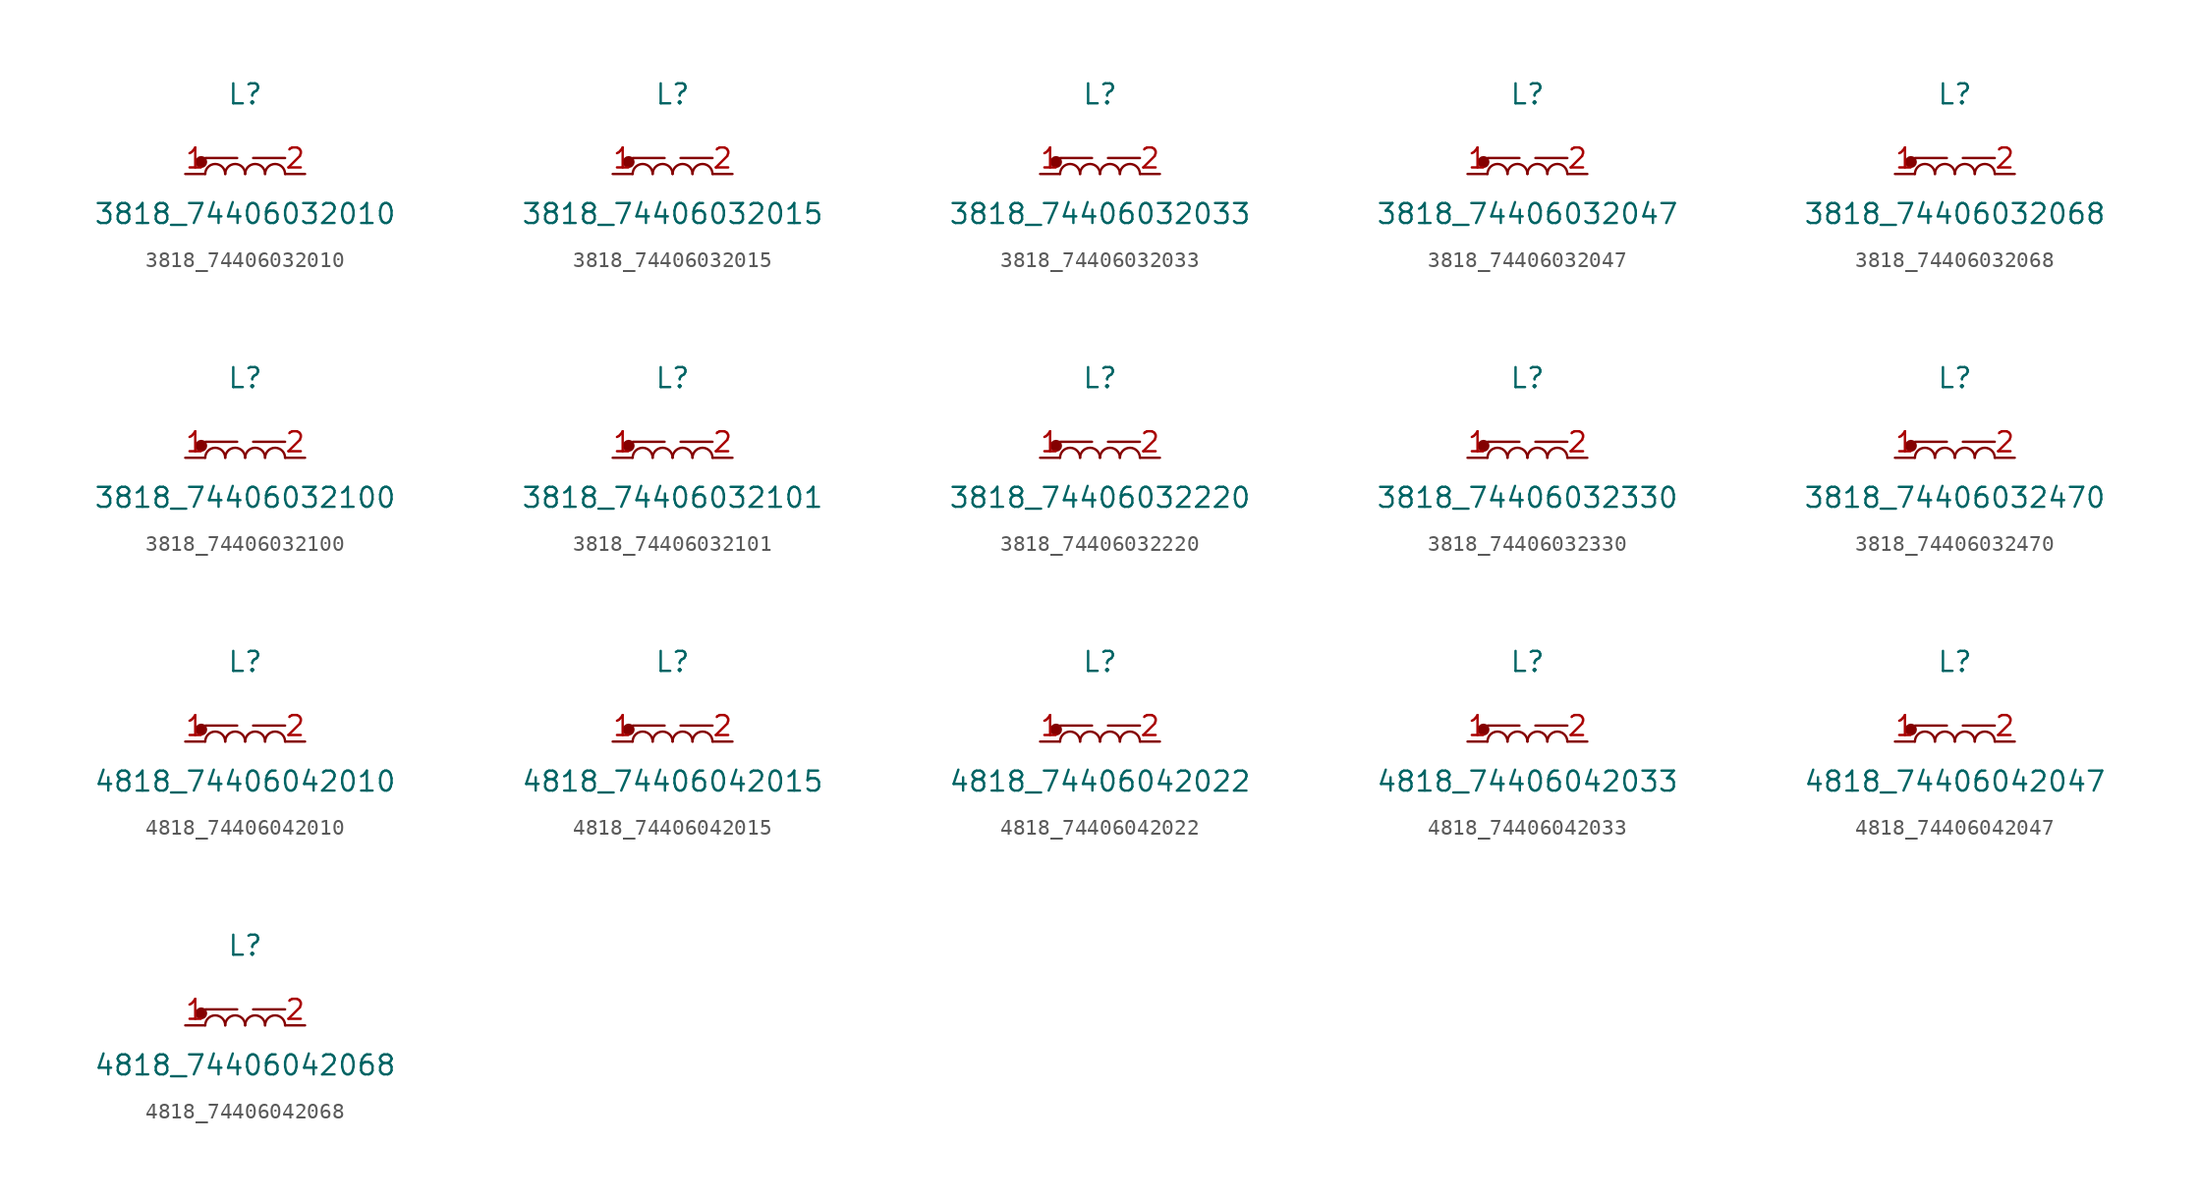
<source format=kicad_sym>
(kicad_symbol_lib
  (version 20220914)
  (generator kicad_symbol_editor)
  (symbol "3818_74406032010"
    (pin_names hide)
    (property "Reference" "L"
      (at 0 5.08 0)
      (effects (font (size 1.27 1.27))))
    (property "Value" "3818_74406032010"
      (at 0 -2.54 0)
      (effects (font (size 1.27 1.27))))
    (symbol "3818_74406032010_0_1"
      (arc (start -1.27 0) (mid -1.905 0.6323) (end -2.54 0) (stroke (width 0) (type default)) (fill (type none)))
      (arc (start 0 0) (mid -0.635 0.6323) (end -1.27 0) (stroke (width 0) (type default)) (fill (type none)))
      (polyline (pts (xy -2.54 1.016) (xy -0.508 1.016)) (stroke (width 0) (type default)) (fill (type none)))
      (arc (start 1.27 0) (mid 0.635 0.6323) (end 0 0) (stroke (width 0) (type default)) (fill (type none)))
      (arc (start 2.54 0) (mid 1.905 0.6323) (end 1.27 0) (stroke (width 0) (type default)) (fill (type none))))
    (symbol "3818_74406032010_1_1"
      (circle (center -2.794 0.762) (radius 0.0001) (stroke (width 0.381) (type default)) (fill (type none)))
      (polyline (pts (xy 2.54 1.016) (xy 0.508 1.016)) (stroke (width 0) (type default)) (fill (type none)))
      (pin passive line (at -3.81 0 0) (length 1.27) (name "1" (effects (font (size 1.27 1.27)))) (number "1" (effects (font (size 1.27 1.27)))))
      (pin passive line (at 3.81 0 180) (length 1.27) (name "2" (effects (font (size 1.27 1.27)))) (number "2" (effects (font (size 1.27 1.27)))))))
  (symbol "3818_74406032015"
    (pin_names hide)
    (property "Reference" "L"
      (at 0 5.08 0)
      (effects (font (size 1.27 1.27))))
    (property "Value" "3818_74406032015"
      (at 0 -2.54 0)
      (effects (font (size 1.27 1.27))))
    (symbol "3818_74406032015_0_1"
      (arc (start -1.27 0) (mid -1.905 0.6323) (end -2.54 0) (stroke (width 0) (type default)) (fill (type none)))
      (arc (start 0 0) (mid -0.635 0.6323) (end -1.27 0) (stroke (width 0) (type default)) (fill (type none)))
      (polyline (pts (xy -2.54 1.016) (xy -0.508 1.016)) (stroke (width 0) (type default)) (fill (type none)))
      (arc (start 1.27 0) (mid 0.635 0.6323) (end 0 0) (stroke (width 0) (type default)) (fill (type none)))
      (arc (start 2.54 0) (mid 1.905 0.6323) (end 1.27 0) (stroke (width 0) (type default)) (fill (type none))))
    (symbol "3818_74406032015_1_1"
      (circle (center -2.794 0.762) (radius 0.0001) (stroke (width 0.381) (type default)) (fill (type none)))
      (polyline (pts (xy 2.54 1.016) (xy 0.508 1.016)) (stroke (width 0) (type default)) (fill (type none)))
      (pin passive line (at -3.81 0 0) (length 1.27) (name "1" (effects (font (size 1.27 1.27)))) (number "1" (effects (font (size 1.27 1.27)))))
      (pin passive line (at 3.81 0 180) (length 1.27) (name "2" (effects (font (size 1.27 1.27)))) (number "2" (effects (font (size 1.27 1.27)))))))
  (symbol "3818_74406032033"
    (pin_names hide)
    (property "Reference" "L"
      (at 0 5.08 0)
      (effects (font (size 1.27 1.27))))
    (property "Value" "3818_74406032033"
      (at 0 -2.54 0)
      (effects (font (size 1.27 1.27))))
    (symbol "3818_74406032033_0_1"
      (arc (start -1.27 0) (mid -1.905 0.6323) (end -2.54 0) (stroke (width 0) (type default)) (fill (type none)))
      (arc (start 0 0) (mid -0.635 0.6323) (end -1.27 0) (stroke (width 0) (type default)) (fill (type none)))
      (polyline (pts (xy -2.54 1.016) (xy -0.508 1.016)) (stroke (width 0) (type default)) (fill (type none)))
      (arc (start 1.27 0) (mid 0.635 0.6323) (end 0 0) (stroke (width 0) (type default)) (fill (type none)))
      (arc (start 2.54 0) (mid 1.905 0.6323) (end 1.27 0) (stroke (width 0) (type default)) (fill (type none))))
    (symbol "3818_74406032033_1_1"
      (circle (center -2.794 0.762) (radius 0.0001) (stroke (width 0.381) (type default)) (fill (type none)))
      (polyline (pts (xy 2.54 1.016) (xy 0.508 1.016)) (stroke (width 0) (type default)) (fill (type none)))
      (pin passive line (at -3.81 0 0) (length 1.27) (name "1" (effects (font (size 1.27 1.27)))) (number "1" (effects (font (size 1.27 1.27)))))
      (pin passive line (at 3.81 0 180) (length 1.27) (name "2" (effects (font (size 1.27 1.27)))) (number "2" (effects (font (size 1.27 1.27)))))))
  (symbol "3818_74406032047"
    (pin_names hide)
    (property "Reference" "L"
      (at 0 5.08 0)
      (effects (font (size 1.27 1.27))))
    (property "Value" "3818_74406032047"
      (at 0 -2.54 0)
      (effects (font (size 1.27 1.27))))
    (symbol "3818_74406032047_0_1"
      (arc (start -1.27 0) (mid -1.905 0.6323) (end -2.54 0) (stroke (width 0) (type default)) (fill (type none)))
      (arc (start 0 0) (mid -0.635 0.6323) (end -1.27 0) (stroke (width 0) (type default)) (fill (type none)))
      (polyline (pts (xy -2.54 1.016) (xy -0.508 1.016)) (stroke (width 0) (type default)) (fill (type none)))
      (arc (start 1.27 0) (mid 0.635 0.6323) (end 0 0) (stroke (width 0) (type default)) (fill (type none)))
      (arc (start 2.54 0) (mid 1.905 0.6323) (end 1.27 0) (stroke (width 0) (type default)) (fill (type none))))
    (symbol "3818_74406032047_1_1"
      (circle (center -2.794 0.762) (radius 0.0001) (stroke (width 0.381) (type default)) (fill (type none)))
      (polyline (pts (xy 2.54 1.016) (xy 0.508 1.016)) (stroke (width 0) (type default)) (fill (type none)))
      (pin passive line (at -3.81 0 0) (length 1.27) (name "1" (effects (font (size 1.27 1.27)))) (number "1" (effects (font (size 1.27 1.27)))))
      (pin passive line (at 3.81 0 180) (length 1.27) (name "2" (effects (font (size 1.27 1.27)))) (number "2" (effects (font (size 1.27 1.27)))))))
  (symbol "3818_74406032068"
    (pin_names hide)
    (property "Reference" "L"
      (at 0 5.08 0)
      (effects (font (size 1.27 1.27))))
    (property "Value" "3818_74406032068"
      (at 0 -2.54 0)
      (effects (font (size 1.27 1.27))))
    (symbol "3818_74406032068_0_1"
      (arc (start -1.27 0) (mid -1.905 0.6323) (end -2.54 0) (stroke (width 0) (type default)) (fill (type none)))
      (arc (start 0 0) (mid -0.635 0.6323) (end -1.27 0) (stroke (width 0) (type default)) (fill (type none)))
      (polyline (pts (xy -2.54 1.016) (xy -0.508 1.016)) (stroke (width 0) (type default)) (fill (type none)))
      (arc (start 1.27 0) (mid 0.635 0.6323) (end 0 0) (stroke (width 0) (type default)) (fill (type none)))
      (arc (start 2.54 0) (mid 1.905 0.6323) (end 1.27 0) (stroke (width 0) (type default)) (fill (type none))))
    (symbol "3818_74406032068_1_1"
      (circle (center -2.794 0.762) (radius 0.0001) (stroke (width 0.381) (type default)) (fill (type none)))
      (polyline (pts (xy 2.54 1.016) (xy 0.508 1.016)) (stroke (width 0) (type default)) (fill (type none)))
      (pin passive line (at -3.81 0 0) (length 1.27) (name "1" (effects (font (size 1.27 1.27)))) (number "1" (effects (font (size 1.27 1.27)))))
      (pin passive line (at 3.81 0 180) (length 1.27) (name "2" (effects (font (size 1.27 1.27)))) (number "2" (effects (font (size 1.27 1.27)))))))
  (symbol "3818_74406032100"
    (pin_names hide)
    (property "Reference" "L"
      (at 0 5.08 0)
      (effects (font (size 1.27 1.27))))
    (property "Value" "3818_74406032100"
      (at 0 -2.54 0)
      (effects (font (size 1.27 1.27))))
    (symbol "3818_74406032100_0_1"
      (arc (start -1.27 0) (mid -1.905 0.6323) (end -2.54 0) (stroke (width 0) (type default)) (fill (type none)))
      (arc (start 0 0) (mid -0.635 0.6323) (end -1.27 0) (stroke (width 0) (type default)) (fill (type none)))
      (polyline (pts (xy -2.54 1.016) (xy -0.508 1.016)) (stroke (width 0) (type default)) (fill (type none)))
      (arc (start 1.27 0) (mid 0.635 0.6323) (end 0 0) (stroke (width 0) (type default)) (fill (type none)))
      (arc (start 2.54 0) (mid 1.905 0.6323) (end 1.27 0) (stroke (width 0) (type default)) (fill (type none))))
    (symbol "3818_74406032100_1_1"
      (circle (center -2.794 0.762) (radius 0.0001) (stroke (width 0.381) (type default)) (fill (type none)))
      (polyline (pts (xy 2.54 1.016) (xy 0.508 1.016)) (stroke (width 0) (type default)) (fill (type none)))
      (pin passive line (at -3.81 0 0) (length 1.27) (name "1" (effects (font (size 1.27 1.27)))) (number "1" (effects (font (size 1.27 1.27)))))
      (pin passive line (at 3.81 0 180) (length 1.27) (name "2" (effects (font (size 1.27 1.27)))) (number "2" (effects (font (size 1.27 1.27)))))))
  (symbol "3818_74406032101"
    (pin_names hide)
    (property "Reference" "L"
      (at 0 5.08 0)
      (effects (font (size 1.27 1.27))))
    (property "Value" "3818_74406032101"
      (at 0 -2.54 0)
      (effects (font (size 1.27 1.27))))
    (symbol "3818_74406032101_0_1"
      (arc (start -1.27 0) (mid -1.905 0.6323) (end -2.54 0) (stroke (width 0) (type default)) (fill (type none)))
      (arc (start 0 0) (mid -0.635 0.6323) (end -1.27 0) (stroke (width 0) (type default)) (fill (type none)))
      (polyline (pts (xy -2.54 1.016) (xy -0.508 1.016)) (stroke (width 0) (type default)) (fill (type none)))
      (arc (start 1.27 0) (mid 0.635 0.6323) (end 0 0) (stroke (width 0) (type default)) (fill (type none)))
      (arc (start 2.54 0) (mid 1.905 0.6323) (end 1.27 0) (stroke (width 0) (type default)) (fill (type none))))
    (symbol "3818_74406032101_1_1"
      (circle (center -2.794 0.762) (radius 0.0001) (stroke (width 0.381) (type default)) (fill (type none)))
      (polyline (pts (xy 2.54 1.016) (xy 0.508 1.016)) (stroke (width 0) (type default)) (fill (type none)))
      (pin passive line (at -3.81 0 0) (length 1.27) (name "1" (effects (font (size 1.27 1.27)))) (number "1" (effects (font (size 1.27 1.27)))))
      (pin passive line (at 3.81 0 180) (length 1.27) (name "2" (effects (font (size 1.27 1.27)))) (number "2" (effects (font (size 1.27 1.27)))))))
  (symbol "3818_74406032220"
    (pin_names hide)
    (property "Reference" "L"
      (at 0 5.08 0)
      (effects (font (size 1.27 1.27))))
    (property "Value" "3818_74406032220"
      (at 0 -2.54 0)
      (effects (font (size 1.27 1.27))))
    (symbol "3818_74406032220_0_1"
      (arc (start -1.27 0) (mid -1.905 0.6323) (end -2.54 0) (stroke (width 0) (type default)) (fill (type none)))
      (arc (start 0 0) (mid -0.635 0.6323) (end -1.27 0) (stroke (width 0) (type default)) (fill (type none)))
      (polyline (pts (xy -2.54 1.016) (xy -0.508 1.016)) (stroke (width 0) (type default)) (fill (type none)))
      (arc (start 1.27 0) (mid 0.635 0.6323) (end 0 0) (stroke (width 0) (type default)) (fill (type none)))
      (arc (start 2.54 0) (mid 1.905 0.6323) (end 1.27 0) (stroke (width 0) (type default)) (fill (type none))))
    (symbol "3818_74406032220_1_1"
      (circle (center -2.794 0.762) (radius 0.0001) (stroke (width 0.381) (type default)) (fill (type none)))
      (polyline (pts (xy 2.54 1.016) (xy 0.508 1.016)) (stroke (width 0) (type default)) (fill (type none)))
      (pin passive line (at -3.81 0 0) (length 1.27) (name "1" (effects (font (size 1.27 1.27)))) (number "1" (effects (font (size 1.27 1.27)))))
      (pin passive line (at 3.81 0 180) (length 1.27) (name "2" (effects (font (size 1.27 1.27)))) (number "2" (effects (font (size 1.27 1.27)))))))
  (symbol "3818_74406032330"
    (pin_names hide)
    (property "Reference" "L"
      (at 0 5.08 0)
      (effects (font (size 1.27 1.27))))
    (property "Value" "3818_74406032330"
      (at 0 -2.54 0)
      (effects (font (size 1.27 1.27))))
    (symbol "3818_74406032330_0_1"
      (arc (start -1.27 0) (mid -1.905 0.6323) (end -2.54 0) (stroke (width 0) (type default)) (fill (type none)))
      (arc (start 0 0) (mid -0.635 0.6323) (end -1.27 0) (stroke (width 0) (type default)) (fill (type none)))
      (polyline (pts (xy -2.54 1.016) (xy -0.508 1.016)) (stroke (width 0) (type default)) (fill (type none)))
      (arc (start 1.27 0) (mid 0.635 0.6323) (end 0 0) (stroke (width 0) (type default)) (fill (type none)))
      (arc (start 2.54 0) (mid 1.905 0.6323) (end 1.27 0) (stroke (width 0) (type default)) (fill (type none))))
    (symbol "3818_74406032330_1_1"
      (circle (center -2.794 0.762) (radius 0.0001) (stroke (width 0.381) (type default)) (fill (type none)))
      (polyline (pts (xy 2.54 1.016) (xy 0.508 1.016)) (stroke (width 0) (type default)) (fill (type none)))
      (pin passive line (at -3.81 0 0) (length 1.27) (name "1" (effects (font (size 1.27 1.27)))) (number "1" (effects (font (size 1.27 1.27)))))
      (pin passive line (at 3.81 0 180) (length 1.27) (name "2" (effects (font (size 1.27 1.27)))) (number "2" (effects (font (size 1.27 1.27)))))))
  (symbol "3818_74406032470"
    (pin_names hide)
    (property "Reference" "L"
      (at 0 5.08 0)
      (effects (font (size 1.27 1.27))))
    (property "Value" "3818_74406032470"
      (at 0 -2.54 0)
      (effects (font (size 1.27 1.27))))
    (symbol "3818_74406032470_0_1"
      (arc (start -1.27 0) (mid -1.905 0.6323) (end -2.54 0) (stroke (width 0) (type default)) (fill (type none)))
      (arc (start 0 0) (mid -0.635 0.6323) (end -1.27 0) (stroke (width 0) (type default)) (fill (type none)))
      (polyline (pts (xy -2.54 1.016) (xy -0.508 1.016)) (stroke (width 0) (type default)) (fill (type none)))
      (arc (start 1.27 0) (mid 0.635 0.6323) (end 0 0) (stroke (width 0) (type default)) (fill (type none)))
      (arc (start 2.54 0) (mid 1.905 0.6323) (end 1.27 0) (stroke (width 0) (type default)) (fill (type none))))
    (symbol "3818_74406032470_1_1"
      (circle (center -2.794 0.762) (radius 0.0001) (stroke (width 0.381) (type default)) (fill (type none)))
      (polyline (pts (xy 2.54 1.016) (xy 0.508 1.016)) (stroke (width 0) (type default)) (fill (type none)))
      (pin passive line (at -3.81 0 0) (length 1.27) (name "1" (effects (font (size 1.27 1.27)))) (number "1" (effects (font (size 1.27 1.27)))))
      (pin passive line (at 3.81 0 180) (length 1.27) (name "2" (effects (font (size 1.27 1.27)))) (number "2" (effects (font (size 1.27 1.27)))))))
  (symbol "4818_74406042010"
    (pin_names hide)
    (property "Reference" "L"
      (at 0 5.08 0)
      (effects (font (size 1.27 1.27))))
    (property "Value" "4818_74406042010"
      (at 0 -2.54 0)
      (effects (font (size 1.27 1.27))))
    (symbol "4818_74406042010_0_1"
      (arc (start -1.27 0) (mid -1.905 0.6323) (end -2.54 0) (stroke (width 0) (type default)) (fill (type none)))
      (arc (start 0 0) (mid -0.635 0.6323) (end -1.27 0) (stroke (width 0) (type default)) (fill (type none)))
      (polyline (pts (xy -2.54 1.016) (xy -0.508 1.016)) (stroke (width 0) (type default)) (fill (type none)))
      (arc (start 1.27 0) (mid 0.635 0.6323) (end 0 0) (stroke (width 0) (type default)) (fill (type none)))
      (arc (start 2.54 0) (mid 1.905 0.6323) (end 1.27 0) (stroke (width 0) (type default)) (fill (type none))))
    (symbol "4818_74406042010_1_1"
      (circle (center -2.794 0.762) (radius 0.0001) (stroke (width 0.381) (type default)) (fill (type none)))
      (polyline (pts (xy 2.54 1.016) (xy 0.508 1.016)) (stroke (width 0) (type default)) (fill (type none)))
      (pin passive line (at -3.81 0 0) (length 1.27) (name "1" (effects (font (size 1.27 1.27)))) (number "1" (effects (font (size 1.27 1.27)))))
      (pin passive line (at 3.81 0 180) (length 1.27) (name "2" (effects (font (size 1.27 1.27)))) (number "2" (effects (font (size 1.27 1.27)))))))
  (symbol "4818_74406042015"
    (pin_names hide)
    (property "Reference" "L"
      (at 0 5.08 0)
      (effects (font (size 1.27 1.27))))
    (property "Value" "4818_74406042015"
      (at 0 -2.54 0)
      (effects (font (size 1.27 1.27))))
    (symbol "4818_74406042015_0_1"
      (arc (start -1.27 0) (mid -1.905 0.6323) (end -2.54 0) (stroke (width 0) (type default)) (fill (type none)))
      (arc (start 0 0) (mid -0.635 0.6323) (end -1.27 0) (stroke (width 0) (type default)) (fill (type none)))
      (polyline (pts (xy -2.54 1.016) (xy -0.508 1.016)) (stroke (width 0) (type default)) (fill (type none)))
      (arc (start 1.27 0) (mid 0.635 0.6323) (end 0 0) (stroke (width 0) (type default)) (fill (type none)))
      (arc (start 2.54 0) (mid 1.905 0.6323) (end 1.27 0) (stroke (width 0) (type default)) (fill (type none))))
    (symbol "4818_74406042015_1_1"
      (circle (center -2.794 0.762) (radius 0.0001) (stroke (width 0.381) (type default)) (fill (type none)))
      (polyline (pts (xy 2.54 1.016) (xy 0.508 1.016)) (stroke (width 0) (type default)) (fill (type none)))
      (pin passive line (at -3.81 0 0) (length 1.27) (name "1" (effects (font (size 1.27 1.27)))) (number "1" (effects (font (size 1.27 1.27)))))
      (pin passive line (at 3.81 0 180) (length 1.27) (name "2" (effects (font (size 1.27 1.27)))) (number "2" (effects (font (size 1.27 1.27)))))))
  (symbol "4818_74406042022"
    (pin_names hide)
    (property "Reference" "L"
      (at 0 5.08 0)
      (effects (font (size 1.27 1.27))))
    (property "Value" "4818_74406042022"
      (at 0 -2.54 0)
      (effects (font (size 1.27 1.27))))
    (symbol "4818_74406042022_0_1"
      (arc (start -1.27 0) (mid -1.905 0.6323) (end -2.54 0) (stroke (width 0) (type default)) (fill (type none)))
      (arc (start 0 0) (mid -0.635 0.6323) (end -1.27 0) (stroke (width 0) (type default)) (fill (type none)))
      (polyline (pts (xy -2.54 1.016) (xy -0.508 1.016)) (stroke (width 0) (type default)) (fill (type none)))
      (arc (start 1.27 0) (mid 0.635 0.6323) (end 0 0) (stroke (width 0) (type default)) (fill (type none)))
      (arc (start 2.54 0) (mid 1.905 0.6323) (end 1.27 0) (stroke (width 0) (type default)) (fill (type none))))
    (symbol "4818_74406042022_1_1"
      (circle (center -2.794 0.762) (radius 0.0001) (stroke (width 0.381) (type default)) (fill (type none)))
      (polyline (pts (xy 2.54 1.016) (xy 0.508 1.016)) (stroke (width 0) (type default)) (fill (type none)))
      (pin passive line (at -3.81 0 0) (length 1.27) (name "1" (effects (font (size 1.27 1.27)))) (number "1" (effects (font (size 1.27 1.27)))))
      (pin passive line (at 3.81 0 180) (length 1.27) (name "2" (effects (font (size 1.27 1.27)))) (number "2" (effects (font (size 1.27 1.27)))))))
  (symbol "4818_74406042033"
    (pin_names hide)
    (property "Reference" "L"
      (at 0 5.08 0)
      (effects (font (size 1.27 1.27))))
    (property "Value" "4818_74406042033"
      (at 0 -2.54 0)
      (effects (font (size 1.27 1.27))))
    (symbol "4818_74406042033_0_1"
      (arc (start -1.27 0) (mid -1.905 0.6323) (end -2.54 0) (stroke (width 0) (type default)) (fill (type none)))
      (arc (start 0 0) (mid -0.635 0.6323) (end -1.27 0) (stroke (width 0) (type default)) (fill (type none)))
      (polyline (pts (xy -2.54 1.016) (xy -0.508 1.016)) (stroke (width 0) (type default)) (fill (type none)))
      (arc (start 1.27 0) (mid 0.635 0.6323) (end 0 0) (stroke (width 0) (type default)) (fill (type none)))
      (arc (start 2.54 0) (mid 1.905 0.6323) (end 1.27 0) (stroke (width 0) (type default)) (fill (type none))))
    (symbol "4818_74406042033_1_1"
      (circle (center -2.794 0.762) (radius 0.0001) (stroke (width 0.381) (type default)) (fill (type none)))
      (polyline (pts (xy 2.54 1.016) (xy 0.508 1.016)) (stroke (width 0) (type default)) (fill (type none)))
      (pin passive line (at -3.81 0 0) (length 1.27) (name "1" (effects (font (size 1.27 1.27)))) (number "1" (effects (font (size 1.27 1.27)))))
      (pin passive line (at 3.81 0 180) (length 1.27) (name "2" (effects (font (size 1.27 1.27)))) (number "2" (effects (font (size 1.27 1.27)))))))
  (symbol "4818_74406042047"
    (pin_names hide)
    (property "Reference" "L"
      (at 0 5.08 0)
      (effects (font (size 1.27 1.27))))
    (property "Value" "4818_74406042047"
      (at 0 -2.54 0)
      (effects (font (size 1.27 1.27))))
    (symbol "4818_74406042047_0_1"
      (arc (start -1.27 0) (mid -1.905 0.6323) (end -2.54 0) (stroke (width 0) (type default)) (fill (type none)))
      (arc (start 0 0) (mid -0.635 0.6323) (end -1.27 0) (stroke (width 0) (type default)) (fill (type none)))
      (polyline (pts (xy -2.54 1.016) (xy -0.508 1.016)) (stroke (width 0) (type default)) (fill (type none)))
      (arc (start 1.27 0) (mid 0.635 0.6323) (end 0 0) (stroke (width 0) (type default)) (fill (type none)))
      (arc (start 2.54 0) (mid 1.905 0.6323) (end 1.27 0) (stroke (width 0) (type default)) (fill (type none))))
    (symbol "4818_74406042047_1_1"
      (circle (center -2.794 0.762) (radius 0.0001) (stroke (width 0.381) (type default)) (fill (type none)))
      (polyline (pts (xy 2.54 1.016) (xy 0.508 1.016)) (stroke (width 0) (type default)) (fill (type none)))
      (pin passive line (at -3.81 0 0) (length 1.27) (name "1" (effects (font (size 1.27 1.27)))) (number "1" (effects (font (size 1.27 1.27)))))
      (pin passive line (at 3.81 0 180) (length 1.27) (name "2" (effects (font (size 1.27 1.27)))) (number "2" (effects (font (size 1.27 1.27)))))))
  (symbol "4818_74406042068"
    (pin_names hide)
    (property "Reference" "L"
      (at 0 5.08 0)
      (effects (font (size 1.27 1.27))))
    (property "Value" "4818_74406042068"
      (at 0 -2.54 0)
      (effects (font (size 1.27 1.27))))
    (symbol "4818_74406042068_0_1"
      (arc (start -1.27 0) (mid -1.905 0.6323) (end -2.54 0) (stroke (width 0) (type default)) (fill (type none)))
      (arc (start 0 0) (mid -0.635 0.6323) (end -1.27 0) (stroke (width 0) (type default)) (fill (type none)))
      (polyline (pts (xy -2.54 1.016) (xy -0.508 1.016)) (stroke (width 0) (type default)) (fill (type none)))
      (arc (start 1.27 0) (mid 0.635 0.6323) (end 0 0) (stroke (width 0) (type default)) (fill (type none)))
      (arc (start 2.54 0) (mid 1.905 0.6323) (end 1.27 0) (stroke (width 0) (type default)) (fill (type none))))
    (symbol "4818_74406042068_1_1"
      (circle (center -2.794 0.762) (radius 0.0001) (stroke (width 0.381) (type default)) (fill (type none)))
      (polyline (pts (xy 2.54 1.016) (xy 0.508 1.016)) (stroke (width 0) (type default)) (fill (type none)))
      (pin passive line (at -3.81 0 0) (length 1.27) (name "1" (effects (font (size 1.27 1.27)))) (number "1" (effects (font (size 1.27 1.27)))))
      (pin passive line (at 3.81 0 180) (length 1.27) (name "2" (effects (font (size 1.27 1.27)))) (number "2" (effects (font (size 1.27 1.27))))))))
</source>
